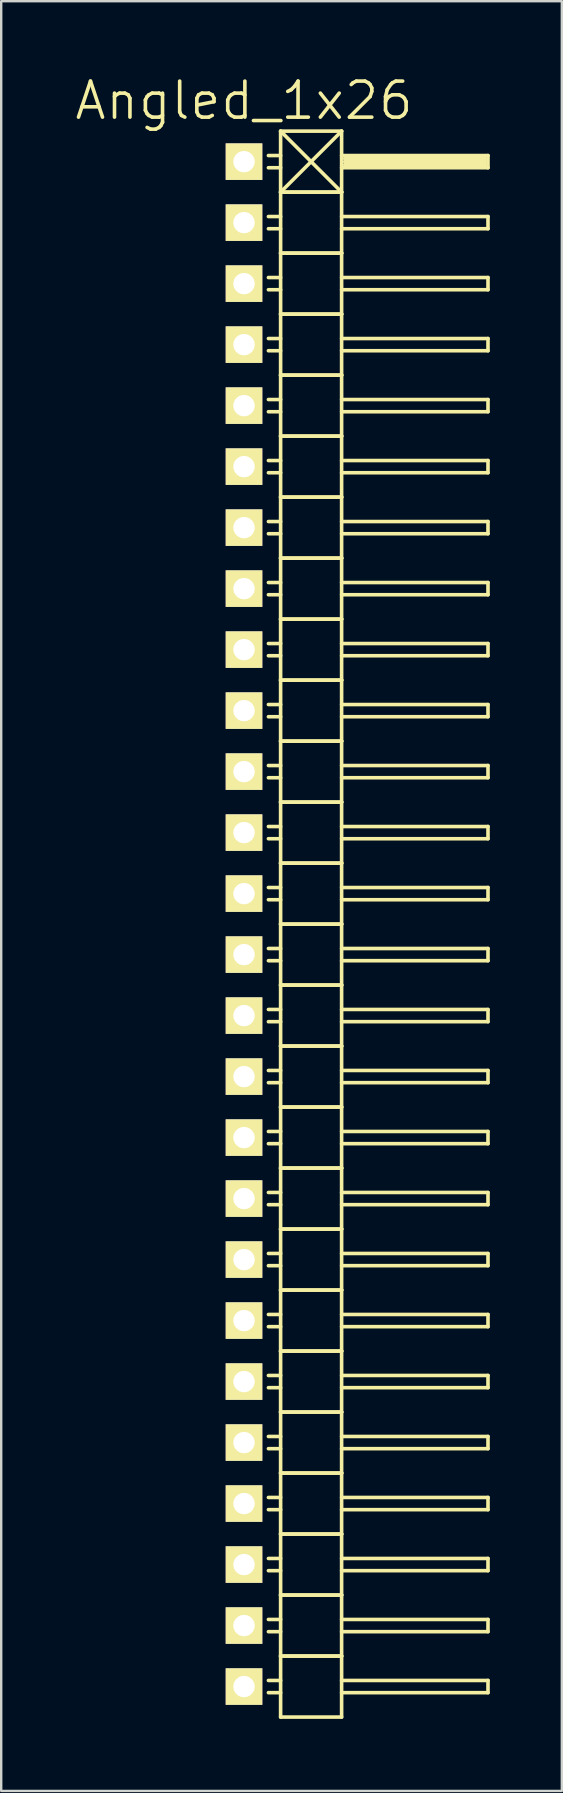
<source format=kicad_pcb>
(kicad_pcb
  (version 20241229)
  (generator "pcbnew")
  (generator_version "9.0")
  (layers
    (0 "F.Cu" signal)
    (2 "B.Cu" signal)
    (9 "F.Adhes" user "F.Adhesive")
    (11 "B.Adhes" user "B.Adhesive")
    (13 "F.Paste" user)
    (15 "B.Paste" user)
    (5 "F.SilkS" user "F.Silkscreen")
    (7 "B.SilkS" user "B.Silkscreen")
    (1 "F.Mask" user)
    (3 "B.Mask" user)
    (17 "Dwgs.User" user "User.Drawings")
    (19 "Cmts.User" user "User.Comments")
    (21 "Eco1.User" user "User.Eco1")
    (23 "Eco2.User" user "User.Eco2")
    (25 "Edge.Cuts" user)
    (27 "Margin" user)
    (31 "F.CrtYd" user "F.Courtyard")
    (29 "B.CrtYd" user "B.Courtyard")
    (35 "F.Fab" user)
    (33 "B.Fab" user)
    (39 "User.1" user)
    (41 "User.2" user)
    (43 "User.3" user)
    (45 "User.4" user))
  (footprint "Angled_1x26"
    (layer "F.Cu")
    (at 7.111 35.431)
    (property "Reference" "Angled_1x26" (at 0 -34.29 0) (layer "F.SilkS") (effects (font (size 1.5 1.5) (thickness 0.15))))
    (attr through_hole)
    (fp_line (start 1.524 -33.02) (end 1.524 -30.48) (stroke (width 0.15) (type solid)) (layer "F.SilkS"))
    (fp_line (start 1.524 -33.02) (end 4.064 -33.02) (stroke (width 0.15) (type solid)) (layer "F.SilkS"))
    (fp_line (start 1.524 -32.004) (end 1.016 -32.004) (stroke (width 0.15) (type solid)) (layer "F.SilkS"))
    (fp_line (start 1.524 -31.496) (end 1.016 -31.496) (stroke (width 0.15) (type solid)) (layer "F.SilkS"))
    (fp_line (start 1.524 -30.48) (end 1.524 -27.94) (stroke (width 0.15) (type solid)) (layer "F.SilkS"))
    (fp_line (start 1.524 -30.48) (end 4.064 -30.48) (stroke (width 0.15) (type solid)) (layer "F.SilkS"))
    (fp_line (start 1.524 -30.48) (end 4.064 -30.48) (stroke (width 0.15) (type solid)) (layer "F.SilkS"))
    (fp_line (start 1.524 -29.464) (end 1.016 -29.464) (stroke (width 0.15) (type solid)) (layer "F.SilkS"))
    (fp_line (start 1.524 -28.956) (end 1.016 -28.956) (stroke (width 0.15) (type solid)) (layer "F.SilkS"))
    (fp_line (start 1.524 -27.94) (end 1.524 -25.4) (stroke (width 0.15) (type solid)) (layer "F.SilkS"))
    (fp_line (start 1.524 -27.94) (end 4.064 -27.94) (stroke (width 0.15) (type solid)) (layer "F.SilkS"))
    (fp_line (start 1.524 -27.94) (end 4.064 -27.94) (stroke (width 0.15) (type solid)) (layer "F.SilkS"))
    (fp_line (start 1.524 -26.924) (end 1.016 -26.924) (stroke (width 0.15) (type solid)) (layer "F.SilkS"))
    (fp_line (start 1.524 -26.416) (end 1.016 -26.416) (stroke (width 0.15) (type solid)) (layer "F.SilkS"))
    (fp_line (start 1.524 -25.4) (end 1.524 -22.86) (stroke (width 0.15) (type solid)) (layer "F.SilkS"))
    (fp_line (start 1.524 -25.4) (end 4.064 -25.4) (stroke (width 0.15) (type solid)) (layer "F.SilkS"))
    (fp_line (start 1.524 -25.4) (end 4.064 -25.4) (stroke (width 0.15) (type solid)) (layer "F.SilkS"))
    (fp_line (start 1.524 -24.384) (end 1.016 -24.384) (stroke (width 0.15) (type solid)) (layer "F.SilkS"))
    (fp_line (start 1.524 -23.876) (end 1.016 -23.876) (stroke (width 0.15) (type solid)) (layer "F.SilkS"))
    (fp_line (start 1.524 -22.86) (end 1.524 -20.32) (stroke (width 0.15) (type solid)) (layer "F.SilkS"))
    (fp_line (start 1.524 -22.86) (end 4.064 -22.86) (stroke (width 0.15) (type solid)) (layer "F.SilkS"))
    (fp_line (start 1.524 -22.86) (end 4.064 -22.86) (stroke (width 0.15) (type solid)) (layer "F.SilkS"))
    (fp_line (start 1.524 -21.844) (end 1.016 -21.844) (stroke (width 0.15) (type solid)) (layer "F.SilkS"))
    (fp_line (start 1.524 -21.336) (end 1.016 -21.336) (stroke (width 0.15) (type solid)) (layer "F.SilkS"))
    (fp_line (start 1.524 -20.32) (end 1.524 -17.78) (stroke (width 0.15) (type solid)) (layer "F.SilkS"))
    (fp_line (start 1.524 -20.32) (end 4.064 -20.32) (stroke (width 0.15) (type solid)) (layer "F.SilkS"))
    (fp_line (start 1.524 -20.32) (end 4.064 -20.32) (stroke (width 0.15) (type solid)) (layer "F.SilkS"))
    (fp_line (start 1.524 -19.304) (end 1.016 -19.304) (stroke (width 0.15) (type solid)) (layer "F.SilkS"))
    (fp_line (start 1.524 -18.796) (end 1.016 -18.796) (stroke (width 0.15) (type solid)) (layer "F.SilkS"))
    (fp_line (start 1.524 -17.78) (end 1.524 -15.24) (stroke (width 0.15) (type solid)) (layer "F.SilkS"))
    (fp_line (start 1.524 -17.78) (end 4.064 -17.78) (stroke (width 0.15) (type solid)) (layer "F.SilkS"))
    (fp_line (start 1.524 -17.78) (end 4.064 -17.78) (stroke (width 0.15) (type solid)) (layer "F.SilkS"))
    (fp_line (start 1.524 -16.764) (end 1.016 -16.764) (stroke (width 0.15) (type solid)) (layer "F.SilkS"))
    (fp_line (start 1.524 -16.256) (end 1.016 -16.256) (stroke (width 0.15) (type solid)) (layer "F.SilkS"))
    (fp_line (start 1.524 -15.24) (end 1.524 -12.7) (stroke (width 0.15) (type solid)) (layer "F.SilkS"))
    (fp_line (start 1.524 -15.24) (end 4.064 -15.24) (stroke (width 0.15) (type solid)) (layer "F.SilkS"))
    (fp_line (start 1.524 -15.24) (end 4.064 -15.24) (stroke (width 0.15) (type solid)) (layer "F.SilkS"))
    (fp_line (start 1.524 -14.224) (end 1.016 -14.224) (stroke (width 0.15) (type solid)) (layer "F.SilkS"))
    (fp_line (start 1.524 -13.716) (end 1.016 -13.716) (stroke (width 0.15) (type solid)) (layer "F.SilkS"))
    (fp_line (start 1.524 -12.7) (end 1.524 -10.16) (stroke (width 0.15) (type solid)) (layer "F.SilkS"))
    (fp_line (start 1.524 -12.7) (end 4.064 -12.7) (stroke (width 0.15) (type solid)) (layer "F.SilkS"))
    (fp_line (start 1.524 -12.7) (end 4.064 -12.7) (stroke (width 0.15) (type solid)) (layer "F.SilkS"))
    (fp_line (start 1.524 -11.684) (end 1.016 -11.684) (stroke (width 0.15) (type solid)) (layer "F.SilkS"))
    (fp_line (start 1.524 -11.176) (end 1.016 -11.176) (stroke (width 0.15) (type solid)) (layer "F.SilkS"))
    (fp_line (start 1.524 -10.16) (end 1.524 -7.62) (stroke (width 0.15) (type solid)) (layer "F.SilkS"))
    (fp_line (start 1.524 -10.16) (end 4.064 -10.16) (stroke (width 0.15) (type solid)) (layer "F.SilkS"))
    (fp_line (start 1.524 -10.16) (end 4.064 -10.16) (stroke (width 0.15) (type solid)) (layer "F.SilkS"))
    (fp_line (start 1.524 -9.144) (end 1.016 -9.144) (stroke (width 0.15) (type solid)) (layer "F.SilkS"))
    (fp_line (start 1.524 -8.636) (end 1.016 -8.636) (stroke (width 0.15) (type solid)) (layer "F.SilkS"))
    (fp_line (start 1.524 -7.62) (end 1.524 -5.08) (stroke (width 0.15) (type solid)) (layer "F.SilkS"))
    (fp_line (start 1.524 -7.62) (end 4.064 -7.62) (stroke (width 0.15) (type solid)) (layer "F.SilkS"))
    (fp_line (start 1.524 -7.62) (end 4.064 -7.62) (stroke (width 0.15) (type solid)) (layer "F.SilkS"))
    (fp_line (start 1.524 -6.604) (end 1.016 -6.604) (stroke (width 0.15) (type solid)) (layer "F.SilkS"))
    (fp_line (start 1.524 -6.096) (end 1.016 -6.096) (stroke (width 0.15) (type solid)) (layer "F.SilkS"))
    (fp_line (start 1.524 -5.08) (end 1.524 -2.54) (stroke (width 0.15) (type solid)) (layer "F.SilkS"))
    (fp_line (start 1.524 -5.08) (end 4.064 -5.08) (stroke (width 0.15) (type solid)) (layer "F.SilkS"))
    (fp_line (start 1.524 -5.08) (end 4.064 -5.08) (stroke (width 0.15) (type solid)) (layer "F.SilkS"))
    (fp_line (start 1.524 -4.064) (end 1.016 -4.064) (stroke (width 0.15) (type solid)) (layer "F.SilkS"))
    (fp_line (start 1.524 -3.556) (end 1.016 -3.556) (stroke (width 0.15) (type solid)) (layer "F.SilkS"))
    (fp_line (start 1.524 -2.54) (end 1.524 0) (stroke (width 0.15) (type solid)) (layer "F.SilkS"))
    (fp_line (start 1.524 -2.54) (end 4.064 -2.54) (stroke (width 0.15) (type solid)) (layer "F.SilkS"))
    (fp_line (start 1.524 -2.54) (end 4.064 -2.54) (stroke (width 0.15) (type solid)) (layer "F.SilkS"))
    (fp_line (start 1.524 -1.524) (end 1.016 -1.524) (stroke (width 0.15) (type solid)) (layer "F.SilkS"))
    (fp_line (start 1.524 -1.016) (end 1.016 -1.016) (stroke (width 0.15) (type solid)) (layer "F.SilkS"))
    (fp_line (start 1.524 0) (end 1.524 2.54) (stroke (width 0.15) (type solid)) (layer "F.SilkS"))
    (fp_line (start 1.524 0) (end 4.064 0) (stroke (width 0.15) (type solid)) (layer "F.SilkS"))
    (fp_line (start 1.524 0) (end 4.064 0) (stroke (width 0.15) (type solid)) (layer "F.SilkS"))
    (fp_line (start 1.524 1.016) (end 1.016 1.016) (stroke (width 0.15) (type solid)) (layer "F.SilkS"))
    (fp_line (start 1.524 1.524) (end 1.016 1.524) (stroke (width 0.15) (type solid)) (layer "F.SilkS"))
    (fp_line (start 1.524 2.54) (end 1.524 5.08) (stroke (width 0.15) (type solid)) (layer "F.SilkS"))
    (fp_line (start 1.524 2.54) (end 4.064 2.54) (stroke (width 0.15) (type solid)) (layer "F.SilkS"))
    (fp_line (start 1.524 2.54) (end 4.064 2.54) (stroke (width 0.15) (type solid)) (layer "F.SilkS"))
    (fp_line (start 1.524 3.556) (end 1.016 3.556) (stroke (width 0.15) (type solid)) (layer "F.SilkS"))
    (fp_line (start 1.524 4.064) (end 1.016 4.064) (stroke (width 0.15) (type solid)) (layer "F.SilkS"))
    (fp_line (start 1.524 5.08) (end 1.524 7.62) (stroke (width 0.15) (type solid)) (layer "F.SilkS"))
    (fp_line (start 1.524 5.08) (end 4.064 5.08) (stroke (width 0.15) (type solid)) (layer "F.SilkS"))
    (fp_line (start 1.524 5.08) (end 4.064 5.08) (stroke (width 0.15) (type solid)) (layer "F.SilkS"))
    (fp_line (start 1.524 6.096) (end 1.016 6.096) (stroke (width 0.15) (type solid)) (layer "F.SilkS"))
    (fp_line (start 1.524 6.604) (end 1.016 6.604) (stroke (width 0.15) (type solid)) (layer "F.SilkS"))
    (fp_line (start 1.524 7.62) (end 1.524 10.16) (stroke (width 0.15) (type solid)) (layer "F.SilkS"))
    (fp_line (start 1.524 7.62) (end 4.064 7.62) (stroke (width 0.15) (type solid)) (layer "F.SilkS"))
    (fp_line (start 1.524 7.62) (end 4.064 7.62) (stroke (width 0.15) (type solid)) (layer "F.SilkS"))
    (fp_line (start 1.524 8.636) (end 1.016 8.636) (stroke (width 0.15) (type solid)) (layer "F.SilkS"))
    (fp_line (start 1.524 9.144) (end 1.016 9.144) (stroke (width 0.15) (type solid)) (layer "F.SilkS"))
    (fp_line (start 1.524 10.16) (end 1.524 12.7) (stroke (width 0.15) (type solid)) (layer "F.SilkS"))
    (fp_line (start 1.524 10.16) (end 4.064 10.16) (stroke (width 0.15) (type solid)) (layer "F.SilkS"))
    (fp_line (start 1.524 10.16) (end 4.064 10.16) (stroke (width 0.15) (type solid)) (layer "F.SilkS"))
    (fp_line (start 1.524 11.176) (end 1.016 11.176) (stroke (width 0.15) (type solid)) (layer "F.SilkS"))
    (fp_line (start 1.524 11.684) (end 1.016 11.684) (stroke (width 0.15) (type solid)) (layer "F.SilkS"))
    (fp_line (start 1.524 12.7) (end 1.524 15.24) (stroke (width 0.15) (type solid)) (layer "F.SilkS"))
    (fp_line (start 1.524 12.7) (end 4.064 12.7) (stroke (width 0.15) (type solid)) (layer "F.SilkS"))
    (fp_line (start 1.524 12.7) (end 4.064 12.7) (stroke (width 0.15) (type solid)) (layer "F.SilkS"))
    (fp_line (start 1.524 13.716) (end 1.016 13.716) (stroke (width 0.15) (type solid)) (layer "F.SilkS"))
    (fp_line (start 1.524 14.224) (end 1.016 14.224) (stroke (width 0.15) (type solid)) (layer "F.SilkS"))
    (fp_line (start 1.524 15.24) (end 1.524 17.78) (stroke (width 0.15) (type solid)) (layer "F.SilkS"))
    (fp_line (start 1.524 15.24) (end 4.064 15.24) (stroke (width 0.15) (type solid)) (layer "F.SilkS"))
    (fp_line (start 1.524 15.24) (end 4.064 15.24) (stroke (width 0.15) (type solid)) (layer "F.SilkS"))
    (fp_line (start 1.524 16.256) (end 1.016 16.256) (stroke (width 0.15) (type solid)) (layer "F.SilkS"))
    (fp_line (start 1.524 16.764) (end 1.016 16.764) (stroke (width 0.15) (type solid)) (layer "F.SilkS"))
    (fp_line (start 1.524 17.78) (end 1.524 20.32) (stroke (width 0.15) (type solid)) (layer "F.SilkS"))
    (fp_line (start 1.524 17.78) (end 4.064 17.78) (stroke (width 0.15) (type solid)) (layer "F.SilkS"))
    (fp_line (start 1.524 17.78) (end 4.064 17.78) (stroke (width 0.15) (type solid)) (layer "F.SilkS"))
    (fp_line (start 1.524 18.796) (end 1.016 18.796) (stroke (width 0.15) (type solid)) (layer "F.SilkS"))
    (fp_line (start 1.524 19.304) (end 1.016 19.304) (stroke (width 0.15) (type solid)) (layer "F.SilkS"))
    (fp_line (start 1.524 20.32) (end 1.524 22.86) (stroke (width 0.15) (type solid)) (layer "F.SilkS"))
    (fp_line (start 1.524 20.32) (end 4.064 20.32) (stroke (width 0.15) (type solid)) (layer "F.SilkS"))
    (fp_line (start 1.524 20.32) (end 4.064 20.32) (stroke (width 0.15) (type solid)) (layer "F.SilkS"))
    (fp_line (start 1.524 21.336) (end 1.016 21.336) (stroke (width 0.15) (type solid)) (layer "F.SilkS"))
    (fp_line (start 1.524 21.844) (end 1.016 21.844) (stroke (width 0.15) (type solid)) (layer "F.SilkS"))
    (fp_line (start 1.524 22.86) (end 1.524 25.4) (stroke (width 0.15) (type solid)) (layer "F.SilkS"))
    (fp_line (start 1.524 22.86) (end 4.064 22.86) (stroke (width 0.15) (type solid)) (layer "F.SilkS"))
    (fp_line (start 1.524 22.86) (end 4.064 22.86) (stroke (width 0.15) (type solid)) (layer "F.SilkS"))
    (fp_line (start 1.524 23.876) (end 1.016 23.876) (stroke (width 0.15) (type solid)) (layer "F.SilkS"))
    (fp_line (start 1.524 24.384) (end 1.016 24.384) (stroke (width 0.15) (type solid)) (layer "F.SilkS"))
    (fp_line (start 1.524 25.4) (end 1.524 27.94) (stroke (width 0.15) (type solid)) (layer "F.SilkS"))
    (fp_line (start 1.524 25.4) (end 4.064 25.4) (stroke (width 0.15) (type solid)) (layer "F.SilkS"))
    (fp_line (start 1.524 25.4) (end 4.064 25.4) (stroke (width 0.15) (type solid)) (layer "F.SilkS"))
    (fp_line (start 1.524 26.416) (end 1.016 26.416) (stroke (width 0.15) (type solid)) (layer "F.SilkS"))
    (fp_line (start 1.524 26.924) (end 1.016 26.924) (stroke (width 0.15) (type solid)) (layer "F.SilkS"))
    (fp_line (start 1.524 27.94) (end 1.524 30.48) (stroke (width 0.15) (type solid)) (layer "F.SilkS"))
    (fp_line (start 1.524 27.94) (end 4.064 27.94) (stroke (width 0.15) (type solid)) (layer "F.SilkS"))
    (fp_line (start 1.524 27.94) (end 4.064 27.94) (stroke (width 0.15) (type solid)) (layer "F.SilkS"))
    (fp_line (start 1.524 28.956) (end 1.016 28.956) (stroke (width 0.15) (type solid)) (layer "F.SilkS"))
    (fp_line (start 1.524 29.464) (end 1.016 29.464) (stroke (width 0.15) (type solid)) (layer "F.SilkS"))
    (fp_line (start 1.524 30.48) (end 1.524 33.02) (stroke (width 0.15) (type solid)) (layer "F.SilkS"))
    (fp_line (start 1.524 30.48) (end 4.064 30.48) (stroke (width 0.15) (type solid)) (layer "F.SilkS"))
    (fp_line (start 1.524 30.48) (end 4.064 30.48) (stroke (width 0.15) (type solid)) (layer "F.SilkS"))
    (fp_line (start 1.524 31.496) (end 1.016 31.496) (stroke (width 0.15) (type solid)) (layer "F.SilkS"))
    (fp_line (start 1.524 32.004) (end 1.016 32.004) (stroke (width 0.15) (type solid)) (layer "F.SilkS"))
    (fp_line (start 1.524 33.02) (end 4.064 33.02) (stroke (width 0.15) (type solid)) (layer "F.SilkS"))
    (fp_line (start 4.064 -33.02) (end 1.524 -30.48) (stroke (width 0.15) (type solid)) (layer "F.SilkS"))
    (fp_line (start 4.064 -32.004) (end 10.16 -32.004) (stroke (width 0.15) (type solid)) (layer "F.SilkS"))
    (fp_line (start 4.064 -30.48) (end 1.524 -33.02) (stroke (width 0.15) (type solid)) (layer "F.SilkS"))
    (fp_line (start 4.064 -30.48) (end 4.064 -33.02) (stroke (width 0.15) (type solid)) (layer "F.SilkS"))
    (fp_line (start 4.064 -29.464) (end 10.16 -29.464) (stroke (width 0.15) (type solid)) (layer "F.SilkS"))
    (fp_line (start 4.064 -27.94) (end 4.064 -30.48) (stroke (width 0.15) (type solid)) (layer "F.SilkS"))
    (fp_line (start 4.064 -26.924) (end 10.16 -26.924) (stroke (width 0.15) (type solid)) (layer "F.SilkS"))
    (fp_line (start 4.064 -25.4) (end 4.064 -27.94) (stroke (width 0.15) (type solid)) (layer "F.SilkS"))
    (fp_line (start 4.064 -24.384) (end 10.16 -24.384) (stroke (width 0.15) (type solid)) (layer "F.SilkS"))
    (fp_line (start 4.064 -22.86) (end 4.064 -25.4) (stroke (width 0.15) (type solid)) (layer "F.SilkS"))
    (fp_line (start 4.064 -21.844) (end 10.16 -21.844) (stroke (width 0.15) (type solid)) (layer "F.SilkS"))
    (fp_line (start 4.064 -20.32) (end 4.064 -22.86) (stroke (width 0.15) (type solid)) (layer "F.SilkS"))
    (fp_line (start 4.064 -19.304) (end 10.16 -19.304) (stroke (width 0.15) (type solid)) (layer "F.SilkS"))
    (fp_line (start 4.064 -17.78) (end 4.064 -20.32) (stroke (width 0.15) (type solid)) (layer "F.SilkS"))
    (fp_line (start 4.064 -16.764) (end 10.16 -16.764) (stroke (width 0.15) (type solid)) (layer "F.SilkS"))
    (fp_line (start 4.064 -15.24) (end 4.064 -17.78) (stroke (width 0.15) (type solid)) (layer "F.SilkS"))
    (fp_line (start 4.064 -14.224) (end 10.16 -14.224) (stroke (width 0.15) (type solid)) (layer "F.SilkS"))
    (fp_line (start 4.064 -12.7) (end 4.064 -15.24) (stroke (width 0.15) (type solid)) (layer "F.SilkS"))
    (fp_line (start 4.064 -11.684) (end 10.16 -11.684) (stroke (width 0.15) (type solid)) (layer "F.SilkS"))
    (fp_line (start 4.064 -10.16) (end 4.064 -12.7) (stroke (width 0.15) (type solid)) (layer "F.SilkS"))
    (fp_line (start 4.064 -9.144) (end 10.16 -9.144) (stroke (width 0.15) (type solid)) (layer "F.SilkS"))
    (fp_line (start 4.064 -7.62) (end 4.064 -10.16) (stroke (width 0.15) (type solid)) (layer "F.SilkS"))
    (fp_line (start 4.064 -6.604) (end 10.16 -6.604) (stroke (width 0.15) (type solid)) (layer "F.SilkS"))
    (fp_line (start 4.064 -5.08) (end 4.064 -7.62) (stroke (width 0.15) (type solid)) (layer "F.SilkS"))
    (fp_line (start 4.064 -4.064) (end 10.16 -4.064) (stroke (width 0.15) (type solid)) (layer "F.SilkS"))
    (fp_line (start 4.064 -2.54) (end 4.064 -5.08) (stroke (width 0.15) (type solid)) (layer "F.SilkS"))
    (fp_line (start 4.064 -1.524) (end 10.16 -1.524) (stroke (width 0.15) (type solid)) (layer "F.SilkS"))
    (fp_line (start 4.064 0) (end 4.064 -2.54) (stroke (width 0.15) (type solid)) (layer "F.SilkS"))
    (fp_line (start 4.064 1.016) (end 10.16 1.016) (stroke (width 0.15) (type solid)) (layer "F.SilkS"))
    (fp_line (start 4.064 2.54) (end 4.064 0) (stroke (width 0.15) (type solid)) (layer "F.SilkS"))
    (fp_line (start 4.064 3.556) (end 10.16 3.556) (stroke (width 0.15) (type solid)) (layer "F.SilkS"))
    (fp_line (start 4.064 5.08) (end 4.064 2.54) (stroke (width 0.15) (type solid)) (layer "F.SilkS"))
    (fp_line (start 4.064 6.096) (end 10.16 6.096) (stroke (width 0.15) (type solid)) (layer "F.SilkS"))
    (fp_line (start 4.064 7.62) (end 4.064 5.08) (stroke (width 0.15) (type solid)) (layer "F.SilkS"))
    (fp_line (start 4.064 8.636) (end 10.16 8.636) (stroke (width 0.15) (type solid)) (layer "F.SilkS"))
    (fp_line (start 4.064 10.16) (end 4.064 7.62) (stroke (width 0.15) (type solid)) (layer "F.SilkS"))
    (fp_line (start 4.064 11.176) (end 10.16 11.176) (stroke (width 0.15) (type solid)) (layer "F.SilkS"))
    (fp_line (start 4.064 12.7) (end 4.064 10.16) (stroke (width 0.15) (type solid)) (layer "F.SilkS"))
    (fp_line (start 4.064 13.716) (end 10.16 13.716) (stroke (width 0.15) (type solid)) (layer "F.SilkS"))
    (fp_line (start 4.064 15.24) (end 4.064 12.7) (stroke (width 0.15) (type solid)) (layer "F.SilkS"))
    (fp_line (start 4.064 16.256) (end 10.16 16.256) (stroke (width 0.15) (type solid)) (layer "F.SilkS"))
    (fp_line (start 4.064 17.78) (end 4.064 15.24) (stroke (width 0.15) (type solid)) (layer "F.SilkS"))
    (fp_line (start 4.064 18.796) (end 10.16 18.796) (stroke (width 0.15) (type solid)) (layer "F.SilkS"))
    (fp_line (start 4.064 20.32) (end 4.064 17.78) (stroke (width 0.15) (type solid)) (layer "F.SilkS"))
    (fp_line (start 4.064 21.336) (end 10.16 21.336) (stroke (width 0.15) (type solid)) (layer "F.SilkS"))
    (fp_line (start 4.064 22.86) (end 4.064 20.32) (stroke (width 0.15) (type solid)) (layer "F.SilkS"))
    (fp_line (start 4.064 23.876) (end 10.16 23.876) (stroke (width 0.15) (type solid)) (layer "F.SilkS"))
    (fp_line (start 4.064 25.4) (end 4.064 22.86) (stroke (width 0.15) (type solid)) (layer "F.SilkS"))
    (fp_line (start 4.064 26.416) (end 10.16 26.416) (stroke (width 0.15) (type solid)) (layer "F.SilkS"))
    (fp_line (start 4.064 27.94) (end 4.064 25.4) (stroke (width 0.15) (type solid)) (layer "F.SilkS"))
    (fp_line (start 4.064 28.956) (end 10.16 28.956) (stroke (width 0.15) (type solid)) (layer "F.SilkS"))
    (fp_line (start 4.064 30.48) (end 4.064 27.94) (stroke (width 0.15) (type solid)) (layer "F.SilkS"))
    (fp_line (start 4.064 31.496) (end 10.16 31.496) (stroke (width 0.15) (type solid)) (layer "F.SilkS"))
    (fp_line (start 4.064 33.02) (end 4.064 30.48) (stroke (width 0.15) (type solid)) (layer "F.SilkS"))
    (fp_line (start 4.191 -31.877) (end 10.033 -31.877) (stroke (width 0.15) (type solid)) (layer "F.SilkS"))
    (fp_line (start 4.191 -31.75) (end 10.033 -31.75) (stroke (width 0.15) (type solid)) (layer "F.SilkS"))
    (fp_line (start 10.033 -31.877) (end 10.033 -31.623) (stroke (width 0.15) (type solid)) (layer "F.SilkS"))
    (fp_line (start 10.033 -31.623) (end 4.191 -31.623) (stroke (width 0.15) (type solid)) (layer "F.SilkS"))
    (fp_line (start 10.16 -32.004) (end 10.16 -31.496) (stroke (width 0.15) (type solid)) (layer "F.SilkS"))
    (fp_line (start 10.16 -31.496) (end 4.064 -31.496) (stroke (width 0.15) (type solid)) (layer "F.SilkS"))
    (fp_line (start 10.16 -29.464) (end 10.16 -28.956) (stroke (width 0.15) (type solid)) (layer "F.SilkS"))
    (fp_line (start 10.16 -28.956) (end 4.064 -28.956) (stroke (width 0.15) (type solid)) (layer "F.SilkS"))
    (fp_line (start 10.16 -26.924) (end 10.16 -26.416) (stroke (width 0.15) (type solid)) (layer "F.SilkS"))
    (fp_line (start 10.16 -26.416) (end 4.064 -26.416) (stroke (width 0.15) (type solid)) (layer "F.SilkS"))
    (fp_line (start 10.16 -24.384) (end 10.16 -23.876) (stroke (width 0.15) (type solid)) (layer "F.SilkS"))
    (fp_line (start 10.16 -23.876) (end 4.064 -23.876) (stroke (width 0.15) (type solid)) (layer "F.SilkS"))
    (fp_line (start 10.16 -21.844) (end 10.16 -21.336) (stroke (width 0.15) (type solid)) (layer "F.SilkS"))
    (fp_line (start 10.16 -21.336) (end 4.064 -21.336) (stroke (width 0.15) (type solid)) (layer "F.SilkS"))
    (fp_line (start 10.16 -19.304) (end 10.16 -18.796) (stroke (width 0.15) (type solid)) (layer "F.SilkS"))
    (fp_line (start 10.16 -18.796) (end 4.064 -18.796) (stroke (width 0.15) (type solid)) (layer "F.SilkS"))
    (fp_line (start 10.16 -16.764) (end 10.16 -16.256) (stroke (width 0.15) (type solid)) (layer "F.SilkS"))
    (fp_line (start 10.16 -16.256) (end 4.064 -16.256) (stroke (width 0.15) (type solid)) (layer "F.SilkS"))
    (fp_line (start 10.16 -14.224) (end 10.16 -13.716) (stroke (width 0.15) (type solid)) (layer "F.SilkS"))
    (fp_line (start 10.16 -13.716) (end 4.064 -13.716) (stroke (width 0.15) (type solid)) (layer "F.SilkS"))
    (fp_line (start 10.16 -11.684) (end 10.16 -11.176) (stroke (width 0.15) (type solid)) (layer "F.SilkS"))
    (fp_line (start 10.16 -11.176) (end 4.064 -11.176) (stroke (width 0.15) (type solid)) (layer "F.SilkS"))
    (fp_line (start 10.16 -9.144) (end 10.16 -8.636) (stroke (width 0.15) (type solid)) (layer "F.SilkS"))
    (fp_line (start 10.16 -8.636) (end 4.064 -8.636) (stroke (width 0.15) (type solid)) (layer "F.SilkS"))
    (fp_line (start 10.16 -6.604) (end 10.16 -6.096) (stroke (width 0.15) (type solid)) (layer "F.SilkS"))
    (fp_line (start 10.16 -6.096) (end 4.064 -6.096) (stroke (width 0.15) (type solid)) (layer "F.SilkS"))
    (fp_line (start 10.16 -4.064) (end 10.16 -3.556) (stroke (width 0.15) (type solid)) (layer "F.SilkS"))
    (fp_line (start 10.16 -3.556) (end 4.064 -3.556) (stroke (width 0.15) (type solid)) (layer "F.SilkS"))
    (fp_line (start 10.16 -1.524) (end 10.16 -1.016) (stroke (width 0.15) (type solid)) (layer "F.SilkS"))
    (fp_line (start 10.16 -1.016) (end 4.064 -1.016) (stroke (width 0.15) (type solid)) (layer "F.SilkS"))
    (fp_line (start 10.16 1.016) (end 10.16 1.524) (stroke (width 0.15) (type solid)) (layer "F.SilkS"))
    (fp_line (start 10.16 1.524) (end 4.064 1.524) (stroke (width 0.15) (type solid)) (layer "F.SilkS"))
    (fp_line (start 10.16 3.556) (end 10.16 4.064) (stroke (width 0.15) (type solid)) (layer "F.SilkS"))
    (fp_line (start 10.16 4.064) (end 4.064 4.064) (stroke (width 0.15) (type solid)) (layer "F.SilkS"))
    (fp_line (start 10.16 6.096) (end 10.16 6.604) (stroke (width 0.15) (type solid)) (layer "F.SilkS"))
    (fp_line (start 10.16 6.604) (end 4.064 6.604) (stroke (width 0.15) (type solid)) (layer "F.SilkS"))
    (fp_line (start 10.16 8.636) (end 10.16 9.144) (stroke (width 0.15) (type solid)) (layer "F.SilkS"))
    (fp_line (start 10.16 9.144) (end 4.064 9.144) (stroke (width 0.15) (type solid)) (layer "F.SilkS"))
    (fp_line (start 10.16 11.176) (end 10.16 11.684) (stroke (width 0.15) (type solid)) (layer "F.SilkS"))
    (fp_line (start 10.16 11.684) (end 4.064 11.684) (stroke (width 0.15) (type solid)) (layer "F.SilkS"))
    (fp_line (start 10.16 13.716) (end 10.16 14.224) (stroke (width 0.15) (type solid)) (layer "F.SilkS"))
    (fp_line (start 10.16 14.224) (end 4.064 14.224) (stroke (width 0.15) (type solid)) (layer "F.SilkS"))
    (fp_line (start 10.16 16.256) (end 10.16 16.764) (stroke (width 0.15) (type solid)) (layer "F.SilkS"))
    (fp_line (start 10.16 16.764) (end 4.064 16.764) (stroke (width 0.15) (type solid)) (layer "F.SilkS"))
    (fp_line (start 10.16 18.796) (end 10.16 19.304) (stroke (width 0.15) (type solid)) (layer "F.SilkS"))
    (fp_line (start 10.16 19.304) (end 4.064 19.304) (stroke (width 0.15) (type solid)) (layer "F.SilkS"))
    (fp_line (start 10.16 21.336) (end 10.16 21.844) (stroke (width 0.15) (type solid)) (layer "F.SilkS"))
    (fp_line (start 10.16 21.844) (end 4.064 21.844) (stroke (width 0.15) (type solid)) (layer "F.SilkS"))
    (fp_line (start 10.16 23.876) (end 10.16 24.384) (stroke (width 0.15) (type solid)) (layer "F.SilkS"))
    (fp_line (start 10.16 24.384) (end 4.064 24.384) (stroke (width 0.15) (type solid)) (layer "F.SilkS"))
    (fp_line (start 10.16 26.416) (end 10.16 26.924) (stroke (width 0.15) (type solid)) (layer "F.SilkS"))
    (fp_line (start 10.16 26.924) (end 4.064 26.924) (stroke (width 0.15) (type solid)) (layer "F.SilkS"))
    (fp_line (start 10.16 28.956) (end 10.16 29.464) (stroke (width 0.15) (type solid)) (layer "F.SilkS"))
    (fp_line (start 10.16 29.464) (end 4.064 29.464) (stroke (width 0.15) (type solid)) (layer "F.SilkS"))
    (fp_line (start 10.16 31.496) (end 10.16 32.004) (stroke (width 0.15) (type solid)) (layer "F.SilkS"))
    (fp_line (start 10.16 32.004) (end 4.064 32.004) (stroke (width 0.15) (type solid)) (layer "F.SilkS"))
    (pad "1" thru_hole rect (at 0 -31.75) (size 1.524 1.524) (drill 0.889) (layers "*.Cu" "*.Mask" "F.SilkS"))
    (pad "2" thru_hole rect (at 0 -29.21) (size 1.524 1.524) (drill 0.889) (layers "*.Cu" "*.Mask" "F.SilkS"))
    (pad "3" thru_hole rect (at 0 -26.67) (size 1.524 1.524) (drill 0.889) (layers "*.Cu" "*.Mask" "F.SilkS"))
    (pad "4" thru_hole rect (at 0 -24.13) (size 1.524 1.524) (drill 0.889) (layers "*.Cu" "*.Mask" "F.SilkS"))
    (pad "5" thru_hole rect (at 0 -21.59) (size 1.524 1.524) (drill 0.889) (layers "*.Cu" "*.Mask" "F.SilkS"))
    (pad "6" thru_hole rect (at 0 -19.05) (size 1.524 1.524) (drill 0.889) (layers "*.Cu" "*.Mask" "F.SilkS"))
    (pad "7" thru_hole rect (at 0 -16.51) (size 1.524 1.524) (drill 0.889) (layers "*.Cu" "*.Mask" "F.SilkS"))
    (pad "8" thru_hole rect (at 0 -13.97) (size 1.524 1.524) (drill 0.889) (layers "*.Cu" "*.Mask" "F.SilkS"))
    (pad "9" thru_hole rect (at 0 -11.43) (size 1.524 1.524) (drill 0.889) (layers "*.Cu" "*.Mask" "F.SilkS"))
    (pad "10" thru_hole rect (at 0 -8.89) (size 1.524 1.524) (drill 0.889) (layers "*.Cu" "*.Mask" "F.SilkS"))
    (pad "11" thru_hole rect (at 0 -6.35) (size 1.524 1.524) (drill 0.889) (layers "*.Cu" "*.Mask" "F.SilkS"))
    (pad "12" thru_hole rect (at 0 -3.81) (size 1.524 1.524) (drill 0.889) (layers "*.Cu" "*.Mask" "F.SilkS"))
    (pad "13" thru_hole rect (at 0 -1.27) (size 1.524 1.524) (drill 0.889) (layers "*.Cu" "*.Mask" "F.SilkS"))
    (pad "14" thru_hole rect (at 0 1.27) (size 1.524 1.524) (drill 0.889) (layers "*.Cu" "*.Mask" "F.SilkS"))
    (pad "15" thru_hole rect (at 0 3.81) (size 1.524 1.524) (drill 0.889) (layers "*.Cu" "*.Mask" "F.SilkS"))
    (pad "16" thru_hole rect (at 0 6.35) (size 1.524 1.524) (drill 0.889) (layers "*.Cu" "*.Mask" "F.SilkS"))
    (pad "17" thru_hole rect (at 0 8.89) (size 1.524 1.524) (drill 0.889) (layers "*.Cu" "*.Mask" "F.SilkS"))
    (pad "18" thru_hole rect (at 0 11.43) (size 1.524 1.524) (drill 0.889) (layers "*.Cu" "*.Mask" "F.SilkS"))
    (pad "19" thru_hole rect (at 0 13.97) (size 1.524 1.524) (drill 0.889) (layers "*.Cu" "*.Mask" "F.SilkS"))
    (pad "20" thru_hole rect (at 0 16.51) (size 1.524 1.524) (drill 0.889) (layers "*.Cu" "*.Mask" "F.SilkS"))
    (pad "21" thru_hole rect (at 0 19.05) (size 1.524 1.524) (drill 0.889) (layers "*.Cu" "*.Mask" "F.SilkS"))
    (pad "22" thru_hole rect (at 0 21.59) (size 1.524 1.524) (drill 0.889) (layers "*.Cu" "*.Mask" "F.SilkS"))
    (pad "23" thru_hole rect (at 0 24.13) (size 1.524 1.524) (drill 0.889) (layers "*.Cu" "*.Mask" "F.SilkS"))
    (pad "24" thru_hole rect (at 0 26.67) (size 1.524 1.524) (drill 0.889) (layers "*.Cu" "*.Mask" "F.SilkS"))
    (pad "25" thru_hole rect (at 0 29.21) (size 1.524 1.524) (drill 0.889) (layers "*.Cu" "*.Mask" "F.SilkS"))
    (pad "26" thru_hole rect (at 0 31.75) (size 1.524 1.524) (drill 0.889) (layers "*.Cu" "*.Mask" "F.SilkS")))
  (gr_rect
    (start -3 -3)
    (end 20.346 71.526)
    (stroke (width 0.1) (type default))
    (fill no)
    (layer "Edge.Cuts")))
</source>
